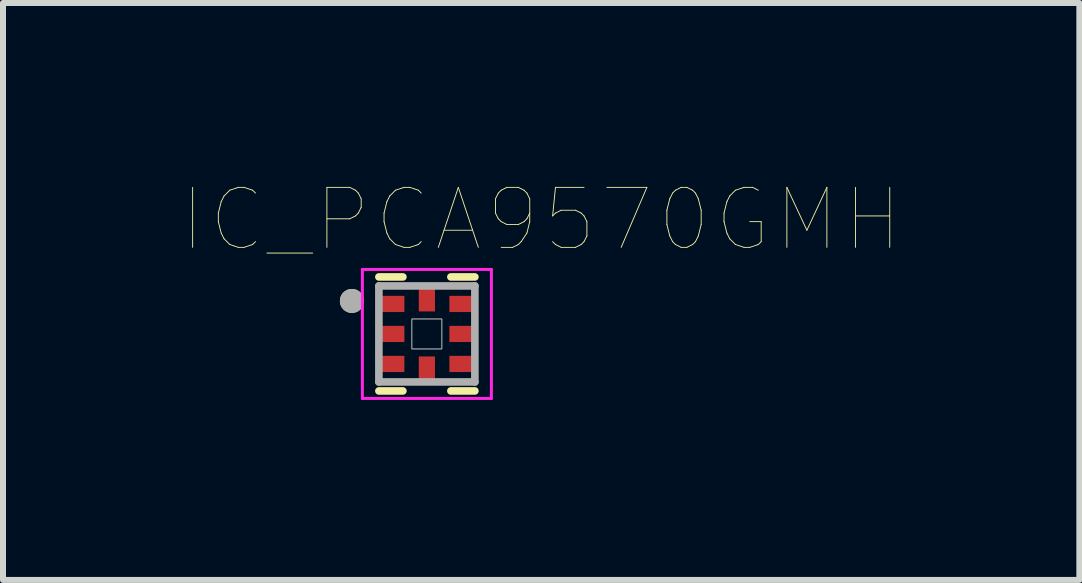
<source format=kicad_pcb>
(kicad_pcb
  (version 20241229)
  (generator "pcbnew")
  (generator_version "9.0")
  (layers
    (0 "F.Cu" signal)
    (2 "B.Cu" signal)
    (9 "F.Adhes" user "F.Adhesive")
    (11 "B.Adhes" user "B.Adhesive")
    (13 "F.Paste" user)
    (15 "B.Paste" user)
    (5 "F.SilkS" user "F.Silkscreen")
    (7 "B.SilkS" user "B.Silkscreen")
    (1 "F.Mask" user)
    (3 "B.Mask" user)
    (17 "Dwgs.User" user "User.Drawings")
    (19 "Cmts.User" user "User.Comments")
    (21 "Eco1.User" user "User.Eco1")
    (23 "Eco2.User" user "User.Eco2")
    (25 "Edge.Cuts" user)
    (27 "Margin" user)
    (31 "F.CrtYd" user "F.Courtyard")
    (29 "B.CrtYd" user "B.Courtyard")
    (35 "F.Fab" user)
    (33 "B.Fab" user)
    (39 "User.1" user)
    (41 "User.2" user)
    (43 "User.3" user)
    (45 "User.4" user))
  (footprint "IC_PCA9570GMH"
    (layer "F.Cu")
    (at 4.065 2.516)
    (property "Reference" "IC_PCA9570GMH" (at 1.905 -1.905 0) (layer "F.SilkS") (effects (font (size 1 1) (thickness 0.015))))
    (attr through_hole)
    (fp_line (start -0.8 -0.95) (end -0.4 -0.95) (stroke (width 0.127) (type solid)) (layer "F.SilkS"))
    (fp_line (start -0.8 0.95) (end -0.4 0.95) (stroke (width 0.127) (type solid)) (layer "F.SilkS"))
    (fp_line (start 0.8 -0.95) (end 0.4 -0.95) (stroke (width 0.127) (type solid)) (layer "F.SilkS"))
    (fp_line (start 0.8 0.95) (end 0.4 0.95) (stroke (width 0.127) (type solid)) (layer "F.SilkS"))
    (fp_circle (center -1.25 -0.55) (end -1.15 -0.55) (stroke (width 0.2) (type solid)) (fill no) (layer "F.SilkS"))
    (fp_poly (pts (xy -0.8 -0.71) (xy -0.4 -0.71) (xy -0.4 -0.39) (xy -0.8 -0.39)) (stroke (width 0.01) (type solid)) (fill yes) (layer "F.Paste"))
    (fp_poly (pts (xy -0.8 -0.11) (xy -0.4 -0.11) (xy -0.4 0.11) (xy -0.8 0.11)) (stroke (width 0.01) (type solid)) (fill yes) (layer "F.Paste"))
    (fp_poly (pts (xy -0.8 0.39) (xy -0.4 0.39) (xy -0.4 0.61) (xy -0.8 0.61)) (stroke (width 0.01) (type solid)) (fill yes) (layer "F.Paste"))
    (fp_poly (pts (xy -0.2 -0.71) (xy 0.2 -0.71) (xy 0.2 -0.49) (xy -0.2 -0.49)) (stroke (width 0.01) (type solid)) (fill yes) (layer "F.Paste"))
    (fp_poly (pts (xy -0.2 0.49) (xy 0.2 0.49) (xy 0.2 0.71) (xy -0.2 0.71)) (stroke (width 0.01) (type solid)) (fill yes) (layer "F.Paste"))
    (fp_poly (pts (xy 0.4 -0.61) (xy 0.8 -0.61) (xy 0.8 -0.39) (xy 0.4 -0.39)) (stroke (width 0.01) (type solid)) (fill yes) (layer "F.Paste"))
    (fp_poly (pts (xy 0.4 -0.11) (xy 0.8 -0.11) (xy 0.8 0.11) (xy 0.4 0.11)) (stroke (width 0.01) (type solid)) (fill yes) (layer "F.Paste"))
    (fp_poly (pts (xy 0.4 0.39) (xy 0.8 0.39) (xy 0.8 0.61) (xy 0.4 0.61)) (stroke (width 0.01) (type solid)) (fill yes) (layer "F.Paste"))
    (fp_poly (pts (xy -0.25 -0.25) (xy 0.25 -0.25) (xy 0.25 0.25) (xy -0.25 0.25)) (stroke (width 0.01) (type solid)) (fill no) (layer "Dwgs.User"))
    (fp_poly (pts (xy -0.25 -0.25) (xy 0.25 -0.25) (xy 0.25 0.25) (xy -0.25 0.25)) (stroke (width 0.01) (type solid)) (fill no) (layer "Dwgs.User"))
    (fp_line (start -1.075 -1.075) (end 1.075 -1.075) (stroke (width 0.05) (type solid)) (layer "F.CrtYd"))
    (fp_line (start -1.075 1.075) (end -1.075 -1.075) (stroke (width 0.05) (type solid)) (layer "F.CrtYd"))
    (fp_line (start 1.075 -1.075) (end 1.075 1.075) (stroke (width 0.05) (type solid)) (layer "F.CrtYd"))
    (fp_line (start 1.075 1.075) (end -1.075 1.075) (stroke (width 0.05) (type solid)) (layer "F.CrtYd"))
    (fp_line (start -0.8 -0.8) (end 0.8 -0.8) (stroke (width 0.127) (type solid)) (layer "F.Fab"))
    (fp_line (start -0.8 0.8) (end -0.8 -0.8) (stroke (width 0.127) (type solid)) (layer "F.Fab"))
    (fp_line (start 0.8 -0.8) (end 0.8 0.8) (stroke (width 0.127) (type solid)) (layer "F.Fab"))
    (fp_line (start 0.8 0.8) (end -0.8 0.8) (stroke (width 0.127) (type solid)) (layer "F.Fab"))
    (fp_circle (center -1.25 -0.55) (end -1.15 -0.55) (stroke (width 0.2) (type solid)) (fill no) (layer "F.Fab"))
    (pad "1" smd rect (at -0.6 -0.5) (size 0.45 0.27) (layers "F.Cu" "F.Mask"))
    (pad "2" smd rect (at -0.6 0) (size 0.45 0.27) (layers "F.Cu" "F.Mask"))
    (pad "3" smd rect (at -0.6 0.5) (size 0.45 0.27) (layers "F.Cu" "F.Mask"))
    (pad "4" smd rect (at 0 0.6) (size 0.27 0.45) (layers "F.Cu" "F.Mask"))
    (pad "5" smd rect (at 0.6 0.5) (size 0.45 0.27) (layers "F.Cu" "F.Mask"))
    (pad "6" smd rect (at 0.6 0) (size 0.45 0.27) (layers "F.Cu" "F.Mask"))
    (pad "7" smd rect (at 0.6 -0.5) (size 0.45 0.27) (layers "F.Cu" "F.Mask"))
    (pad "8" smd rect (at 0 -0.6) (size 0.27 0.45) (layers "F.Cu" "F.Mask")))
  (gr_rect
    (start -3 -3)
    (end 14.94 6.616)
    (stroke (width 0.1) (type default))
    (fill no)
    (layer "Edge.Cuts")))
</source>
